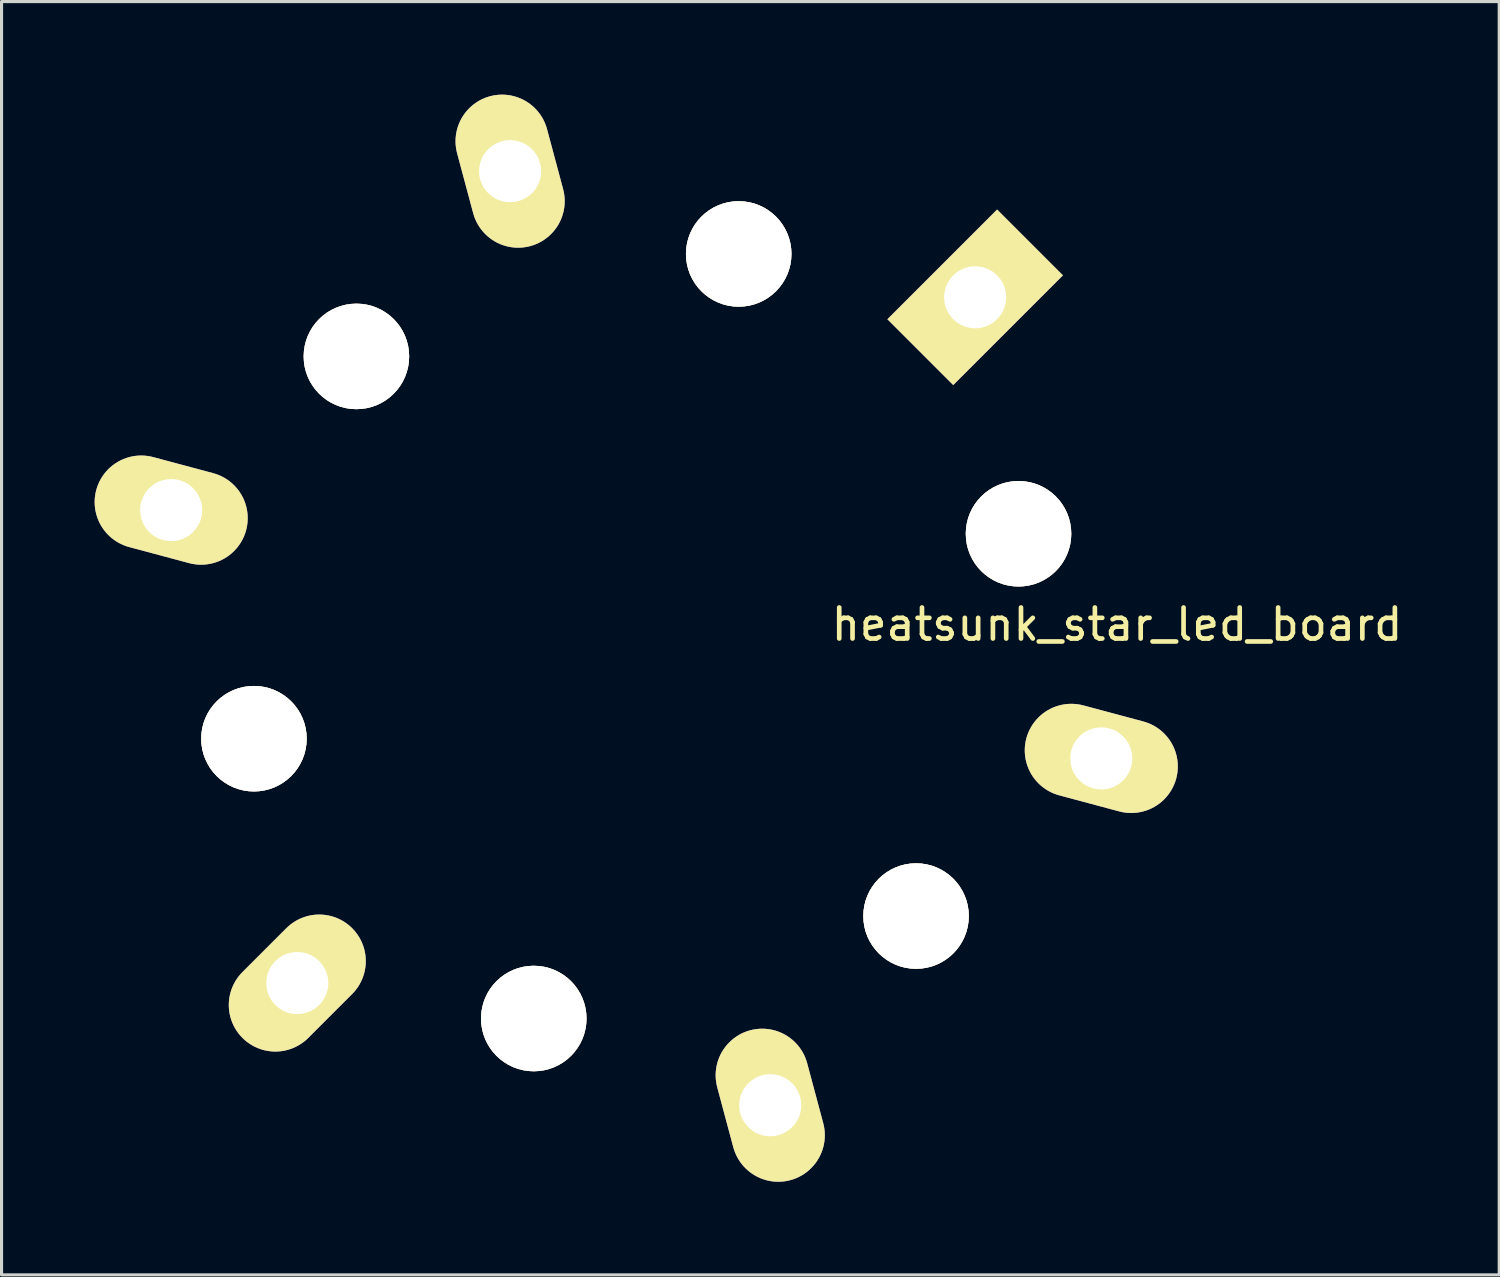
<source format=kicad_pcb>
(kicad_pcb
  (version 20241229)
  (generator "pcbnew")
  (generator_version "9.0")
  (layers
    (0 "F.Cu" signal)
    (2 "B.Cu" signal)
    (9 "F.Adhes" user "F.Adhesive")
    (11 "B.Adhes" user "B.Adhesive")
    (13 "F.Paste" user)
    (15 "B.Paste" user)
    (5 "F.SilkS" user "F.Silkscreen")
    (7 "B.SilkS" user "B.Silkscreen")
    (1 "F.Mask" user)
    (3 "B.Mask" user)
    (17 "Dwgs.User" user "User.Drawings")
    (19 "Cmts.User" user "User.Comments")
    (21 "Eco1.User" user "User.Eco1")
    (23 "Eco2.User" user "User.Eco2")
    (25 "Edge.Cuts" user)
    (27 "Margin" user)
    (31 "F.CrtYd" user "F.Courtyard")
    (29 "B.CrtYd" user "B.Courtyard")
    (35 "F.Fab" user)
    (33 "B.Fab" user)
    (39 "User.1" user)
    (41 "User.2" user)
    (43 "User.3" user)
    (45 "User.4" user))
  (footprint "heatsunk_star_led_board"
    (layer "F.Cu")
    (at 17.452 17.452)
    (property "Reference" "heatsunk_star_led_board" (at 15.494 -0.381 0) (layer "F.SilkS") (effects (font (size 1 1) (thickness 0.15))))
    (attr through_hole)
    (pad "" thru_hole circle (at -12.319 3.302) (size 3.4 3.4) (drill 3.4) (layers "*.Cu" "*.Mask" "F.SilkS"))
    (pad "" thru_hole circle (at -9.017 -9.017) (size 3.4 3.4) (drill 3.4) (layers "*.Cu" "*.Mask" "F.SilkS"))
    (pad "" thru_hole circle (at -3.302 12.319) (size 3.4 3.4) (drill 3.4) (layers "*.Cu" "*.Mask" "F.SilkS"))
    (pad "" thru_hole circle (at 3.302 -12.319) (size 3.4 3.4) (drill 3.4) (layers "*.Cu" "*.Mask" "F.SilkS"))
    (pad "" thru_hole circle (at 9.017 9.017) (size 3.4 3.4) (drill 3.4) (layers "*.Cu" "*.Mask" "F.SilkS"))
    (pad "" thru_hole circle (at 12.319 -3.302) (size 3.4 3.4) (drill 3.4) (layers "*.Cu" "*.Mask" "F.SilkS"))
    (pad "1" thru_hole rect (at 10.922 -10.922 315) (size 3 5) (drill 2) (layers "*.Cu" "*.Mask" "F.SilkS"))
    (pad "2" thru_hole oval (at 14.986 3.937 75) (size 3 5) (drill 2) (layers "*.Cu" "*.Mask" "F.SilkS"))
    (pad "3" thru_hole oval (at 4.318 15.113 15) (size 3 5) (drill 2) (layers "*.Cu" "*.Mask" "F.SilkS"))
    (pad "4" thru_hole oval (at -10.922 11.176 315) (size 3 5) (drill 2) (layers "*.Cu" "*.Mask" "F.SilkS"))
    (pad "5" thru_hole oval (at -14.986 -4.064 75) (size 3 5) (drill 2) (layers "*.Cu" "*.Mask" "F.SilkS"))
    (pad "6" thru_hole oval (at -4.064 -14.986 15) (size 3 5) (drill 2) (layers "*.Cu" "*.Mask" "F.SilkS")))
  (gr_rect
    (start -3 -3)
    (end 45.261 38.031)
    (stroke (width 0.1) (type default))
    (fill no)
    (layer "Edge.Cuts")))
</source>
